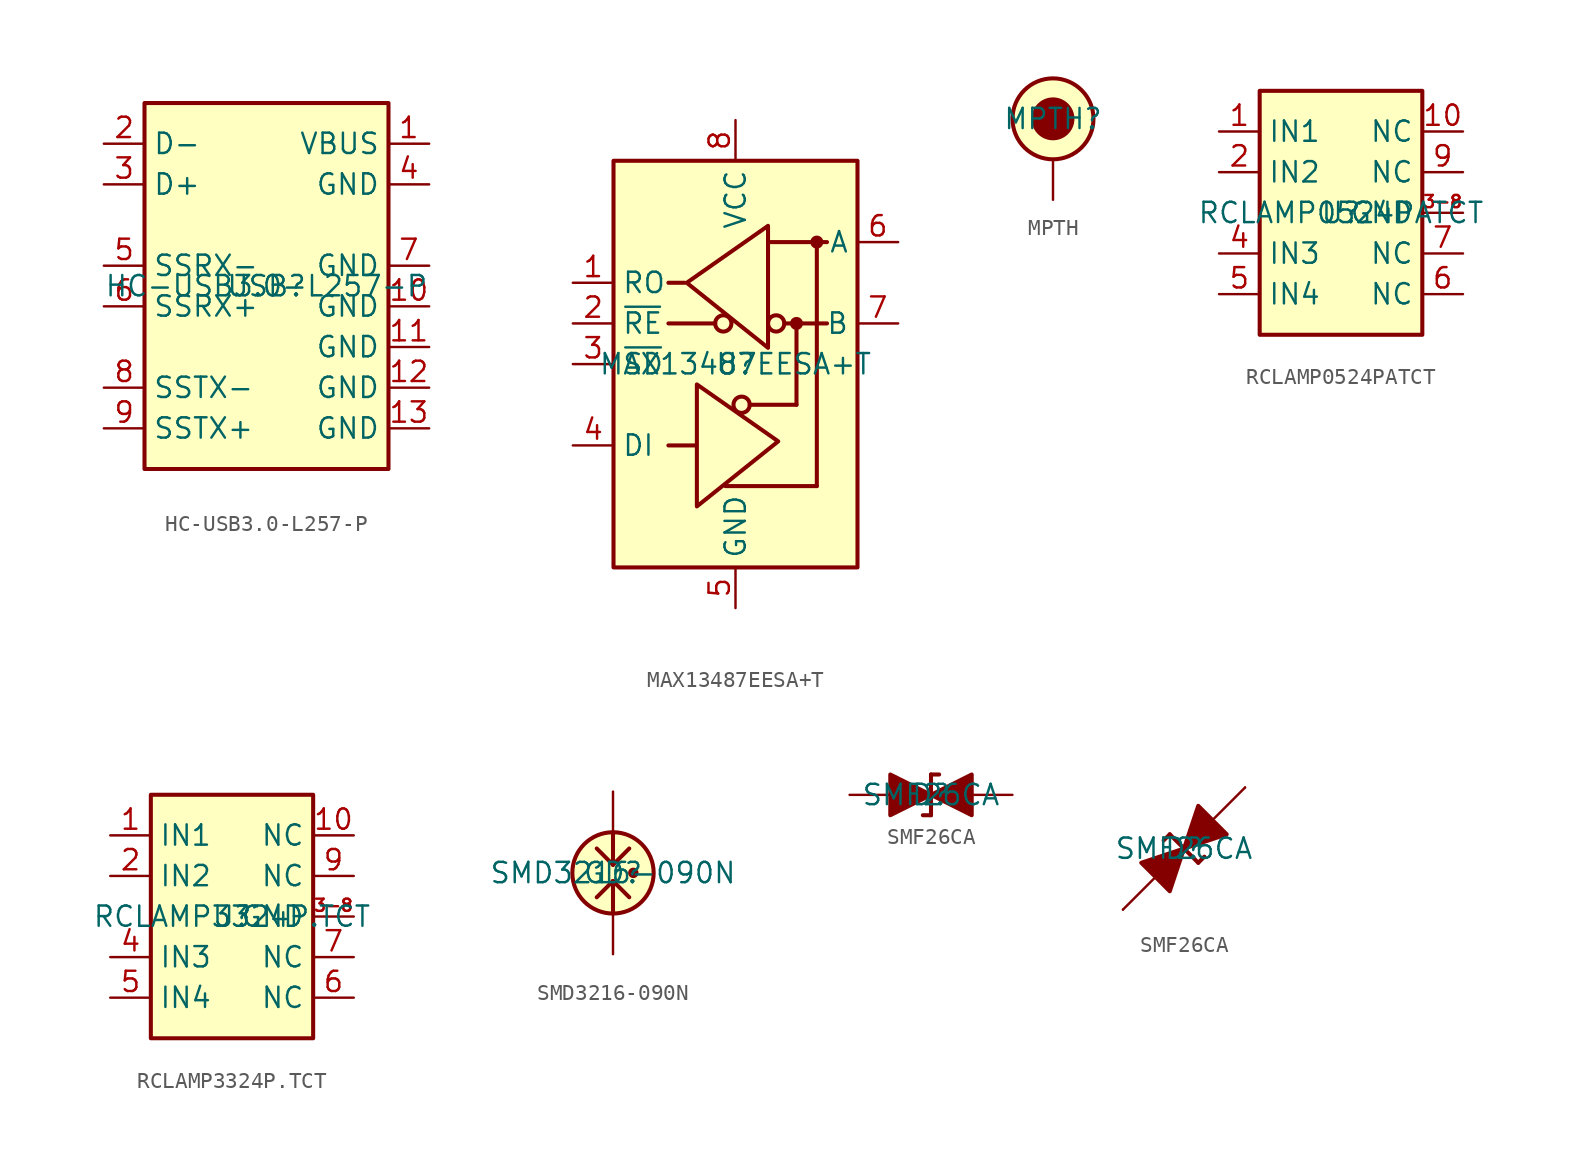
<source format=kicad_sym>
(kicad_symbol_lib
  (version 20241209)
  (generator "kicad_symbol_editor")
  (generator_version "9.0")
  (symbol "HC-USB3.0-L257-P"
    (property "Reference" "USB"
      (at 0 0 0)
      (effects (font (size 1.27 1.27))))
    (property "Value" "HC-USB3.0-L257-P"
      (at 0 0 0)
      (effects (font (size 1.27 1.27))))
    (symbol "HC-USB3.0-L257-P_0_1"
      (rectangle (start -7.62 11.43) (end 7.62 -11.43) (stroke (width 0.254) (type default)) (fill (type background))))
    (symbol "HC-USB3.0-L257-P_1_1"
      (pin bidirectional line (at -10.16 8.89 0) (length 2.54) (name "D-" (effects (font (size 1.27 1.27)))) (number "2" (effects (font (size 1.27 1.27)))))
      (pin bidirectional line (at -10.16 6.35 0) (length 2.54) (name "D+" (effects (font (size 1.27 1.27)))) (number "3" (effects (font (size 1.27 1.27)))))
      (pin bidirectional line (at -10.16 1.27 0) (length 2.54) (name "SSRX-" (effects (font (size 1.27 1.27)))) (number "5" (effects (font (size 1.27 1.27)))))
      (pin bidirectional line (at -10.16 -1.27 0) (length 2.54) (name "SSRX+" (effects (font (size 1.27 1.27)))) (number "6" (effects (font (size 1.27 1.27)))))
      (pin bidirectional line (at -10.16 -6.35 0) (length 2.54) (name "SSTX-" (effects (font (size 1.27 1.27)))) (number "8" (effects (font (size 1.27 1.27)))))
      (pin bidirectional line (at -10.16 -8.89 0) (length 2.54) (name "SSTX+" (effects (font (size 1.27 1.27)))) (number "9" (effects (font (size 1.27 1.27)))))
      (pin input line (at 10.16 8.89 180) (length 2.54) (name "VBUS" (effects (font (size 1.27 1.27)))) (number "1" (effects (font (size 1.27 1.27)))))
      (pin passive line (at 10.16 6.35 180) (length 2.54) (name "GND" (effects (font (size 1.27 1.27)))) (number "4" (effects (font (size 1.27 1.27)))))
      (pin passive line (at 10.16 1.27 180) (length 2.54) (name "GND" (effects (font (size 1.27 1.27)))) (number "7" (effects (font (size 1.27 1.27)))))
      (pin passive line (at 10.16 -1.27 180) (length 2.54) (name "GND" (effects (font (size 1.27 1.27)))) (number "10" (effects (font (size 1.27 1.27)))))
      (pin passive line (at 10.16 -3.81 180) (length 2.54) (name "GND" (effects (font (size 1.27 1.27)))) (number "11" (effects (font (size 1.27 1.27)))))
      (pin passive line (at 10.16 -6.35 180) (length 2.54) (name "GND" (effects (font (size 1.27 1.27)))) (number "12" (effects (font (size 1.27 1.27)))))
      (pin passive line (at 10.16 -8.89 180) (length 2.54) (name "GND" (effects (font (size 1.27 1.27)))) (number "13" (effects (font (size 1.27 1.27)))))))
  (symbol "MAX13487EESA+T"
    (property "Reference" "U"
      (at 0 0 0)
      (effects (font (size 1.27 1.27))))
    (property "Value" "MAX13487EESA+T"
      (at 0 0 0)
      (effects (font (size 1.27 1.27))))
    (symbol "MAX13487EESA+T_0_1"
      (rectangle (start -7.62 12.7) (end 7.62 -12.7) (stroke (width 0.254) (type default)) (fill (type background)))
      (polyline (pts (xy -4.191 2.54) (xy -1.27 2.54)) (stroke (width 0.254) (type default)) (fill (type none)))
      (polyline (pts (xy -3.175 5.08) (xy -4.191 5.08) (xy -4.064 5.08)) (stroke (width 0.254) (type default)) (fill (type none)))
      (polyline (pts (xy -2.54 -5.08) (xy -4.191 -5.08)) (stroke (width 0.254) (type default)) (fill (type none)))
      (polyline (pts (xy -2.413 -5.08) (xy -2.413 -1.27) (xy 2.667 -4.826) (xy -2.413 -8.89) (xy -2.413 -5.08)) (stroke (width 0.254) (type default)) (fill (type none)))
      (polyline (pts (xy -0.635 -7.62) (xy 5.08 -7.62)) (stroke (width 0.254) (type default)) (fill (type none)))
      (circle (center 0.381 -2.54) (radius 0.508) (stroke (width 0.254) (type default)) (fill (type none)))
      (polyline (pts (xy 0.889 -2.54) (xy 3.81 -2.54)) (stroke (width 0.254) (type default)) (fill (type none)))
      (polyline (pts (xy 2.032 7.62) (xy 5.715 7.62)) (stroke (width 0.254) (type default)) (fill (type none)))
      (polyline (pts (xy 3.048 2.54) (xy 5.715 2.54)) (stroke (width 0.254) (type default)) (fill (type none)))
      (circle (center 3.81 2.54) (radius 0.279) (stroke (width 0.254) (type default)) (fill (type outline)))
      (polyline (pts (xy 3.81 -2.54) (xy 3.81 2.54)) (stroke (width 0.254) (type default)) (fill (type none)))
      (polyline (pts (xy 5.08 -7.62) (xy 5.08 7.62)) (stroke (width 0.254) (type default)) (fill (type none))))
    (symbol "MAX13487EESA+T_1_1"
      (circle (center -0.762 2.54) (radius 0.508) (stroke (width 0.254) (type default)) (fill (type none)))
      (polyline (pts (xy 2.032 4.826) (xy 2.032 8.636) (xy -3.048 5.08) (xy 2.032 1.016) (xy 2.032 4.826)) (stroke (width 0.254) (type default)) (fill (type none)))
      (circle (center 2.54 2.54) (radius 0.508) (stroke (width 0.254) (type default)) (fill (type none)))
      (circle (center 5.08 7.62) (radius 0.279) (stroke (width 0.254) (type default)) (fill (type outline)))
      (pin output line (at -10.16 5.08 0) (length 2.54) (name "RO" (effects (font (size 1.27 1.27)))) (number "1" (effects (font (size 1.27 1.27)))))
      (pin input line (at -10.16 2.54 0) (length 2.54) (name "~{RE}" (effects (font (size 1.27 1.27)))) (number "2" (effects (font (size 1.27 1.27)))))
      (pin input line (at -10.16 0 0) (length 2.54) (name "~{SD}" (effects (font (size 1.27 1.27)))) (number "3" (effects (font (size 1.27 1.27)))))
      (pin input line (at -10.16 -5.08 0) (length 2.54) (name "DI" (effects (font (size 1.27 1.27)))) (number "4" (effects (font (size 1.27 1.27)))))
      (pin power_in line (at 0 15.24 270) (length 2.54) (name "VCC" (effects (font (size 1.27 1.27)))) (number "8" (effects (font (size 1.27 1.27)))))
      (pin passive line (at 0 -15.24 90) (length 2.54) (name "GND" (effects (font (size 1.27 1.27)))) (number "5" (effects (font (size 1.27 1.27)))))
      (pin bidirectional line (at 10.16 7.62 180) (length 2.54) (name "A" (effects (font (size 1.27 1.27)))) (number "6" (effects (font (size 1.27 1.27)))))
      (pin bidirectional line (at 10.16 2.54 180) (length 2.54) (name "B" (effects (font (size 1.27 1.27)))) (number "7" (effects (font (size 1.27 1.27)))))))
  (symbol "MPTH"
    (pin_numbers
      (hide yes))
    (pin_names
      (hide yes))
    (property "Reference" "MPTH"
      (at 0 0 0)
      (effects (font (size 1.27 1.27))))
    (symbol "MPTH_0_1"
      (circle (center 0 0) (radius 2.54) (stroke (width 0.254) (type default)) (fill (type background))))
    (symbol "MPTH_1_1"
      (circle (center 0 0) (radius 1.27) (stroke (width 0) (type default)) (fill (type outline)))
      (pin free line (at 0 -5.08 90) (length 2.54) (name "" (effects (font (size 1.27 1.27)))) (number "1" (effects (font (size 1.27 1.27)))))))
  (symbol "RCLAMP0524PATCT"
    (property "Reference" "U"
      (at 0 0 0)
      (effects (font (size 1.27 1.27))))
    (property "Value" "RCLAMP0524PATCT"
      (at 0 0 0)
      (effects (font (size 1.27 1.27))))
    (symbol "RCLAMP0524PATCT_0_1"
      (rectangle (start -5.08 7.62) (end 5.08 -7.62) (stroke (width 0.254) (type default)) (fill (type background))))
    (symbol "RCLAMP0524PATCT_1_1"
      (pin passive line (at -7.62 5.08 0) (length 2.54) (name "IN1" (effects (font (size 1.27 1.27)))) (number "1" (effects (font (size 1.27 1.27)))))
      (pin passive line (at -7.62 2.54 0) (length 2.54) (name "IN2" (effects (font (size 1.27 1.27)))) (number "2" (effects (font (size 1.27 1.27)))))
      (pin passive line (at -7.62 -2.54 0) (length 2.54) (name "IN3" (effects (font (size 1.27 1.27)))) (number "4" (effects (font (size 1.27 1.27)))))
      (pin passive line (at -7.62 -5.08 0) (length 2.54) (name "IN4" (effects (font (size 1.27 1.27)))) (number "5" (effects (font (size 1.27 1.27)))))
      (pin passive line (at 7.62 5.08 180) (length 2.54) (name "NC" (effects (font (size 1.27 1.27)))) (number "10" (effects (font (size 1.27 1.27)))))
      (pin passive line (at 7.62 2.54 180) (length 2.54) (name "NC" (effects (font (size 1.27 1.27)))) (number "9" (effects (font (size 1.27 1.27)))))
      (pin passive line (at 7.62 0 180) (length 2.54) (name "GND" (effects (font (size 1.27 1.27)))) (number "3-8" (effects (font (size 0.762 0.762)))))
      (pin passive line (at 7.62 -2.54 180) (length 2.54) (name "NC" (effects (font (size 1.27 1.27)))) (number "7" (effects (font (size 1.27 1.27)))))
      (pin passive line (at 7.62 -5.08 180) (length 2.54) (name "NC" (effects (font (size 1.27 1.27)))) (number "6" (effects (font (size 1.27 1.27)))))))
  (symbol "RCLAMP3324P.TCT"
    (property "Reference" "U"
      (at 0 0 0)
      (effects (font (size 1.27 1.27))))
    (property "Value" "RCLAMP3324P.TCT"
      (at 0 0 0)
      (effects (font (size 1.27 1.27))))
    (symbol "RCLAMP3324P.TCT_0_1"
      (rectangle (start -5.08 7.62) (end 5.08 -7.62) (stroke (width 0.254) (type default)) (fill (type background))))
    (symbol "RCLAMP3324P.TCT_1_1"
      (pin passive line (at -7.62 5.08 0) (length 2.54) (name "IN1" (effects (font (size 1.27 1.27)))) (number "1" (effects (font (size 1.27 1.27)))))
      (pin passive line (at -7.62 2.54 0) (length 2.54) (name "IN2" (effects (font (size 1.27 1.27)))) (number "2" (effects (font (size 1.27 1.27)))))
      (pin passive line (at -7.62 -2.54 0) (length 2.54) (name "IN3" (effects (font (size 1.27 1.27)))) (number "4" (effects (font (size 1.27 1.27)))))
      (pin passive line (at -7.62 -5.08 0) (length 2.54) (name "IN4" (effects (font (size 1.27 1.27)))) (number "5" (effects (font (size 1.27 1.27)))))
      (pin passive line (at 7.62 5.08 180) (length 2.54) (name "NC" (effects (font (size 1.27 1.27)))) (number "10" (effects (font (size 1.27 1.27)))))
      (pin passive line (at 7.62 2.54 180) (length 2.54) (name "NC" (effects (font (size 1.27 1.27)))) (number "9" (effects (font (size 1.27 1.27)))))
      (pin passive line (at 7.62 0 180) (length 2.54) (name "GND" (effects (font (size 1.27 1.27)))) (number "3-8" (effects (font (size 0.762 0.762)))))
      (pin passive line (at 7.62 -2.54 180) (length 2.54) (name "NC" (effects (font (size 1.27 1.27)))) (number "7" (effects (font (size 1.27 1.27)))))
      (pin passive line (at 7.62 -5.08 180) (length 2.54) (name "NC" (effects (font (size 1.27 1.27)))) (number "6" (effects (font (size 1.27 1.27)))))))
  (symbol "SMD3216-090N"
    (pin_numbers
      (hide yes))
    (property "Reference" "GD"
      (at 0 0 0)
      (effects (font (size 1.27 1.27))))
    (property "Value" "SMD3216-090N"
      (at 0 0 0)
      (effects (font (size 1.27 1.27))))
    (symbol "SMD3216-090N_0_1"
      (polyline (pts (xy 0 0.508) (xy -1.016 1.524)) (stroke (width 0.254) (type default)) (fill (type none)))
      (polyline (pts (xy 0 0.508) (xy 0 2.54)) (stroke (width 0.254) (type default)) (fill (type none)))
      (polyline (pts (xy 0 0.508) (xy 1.016 1.524)) (stroke (width 0.254) (type default)) (fill (type none)))
      (circle (center 0 0) (radius 2.54) (stroke (width 0.254) (type default)) (fill (type background)))
      (polyline (pts (xy 0 -0.508) (xy -1.016 -1.524)) (stroke (width 0.254) (type default)) (fill (type none)))
      (polyline (pts (xy 0 -0.508) (xy 0 -2.54)) (stroke (width 0.254) (type default)) (fill (type none)))
      (polyline (pts (xy 0 -0.508) (xy 1.016 -1.524)) (stroke (width 0.254) (type default)) (fill (type none)))
      (circle (center 1.27 0) (radius 0.25) (stroke (width 0) (type default)) (fill (type outline))))
    (symbol "SMD3216-090N_1_1"
      (pin passive line (at 0 5.08 270) (length 2.54) (name "~" (effects (font (size 1.27 1.27)))) (number "1" (effects (font (size 1.27 1.27)))))
      (pin passive line (at 0 -5.08 90) (length 2.54) (name "~" (effects (font (size 1.27 1.27)))) (number "2" (effects (font (size 1.27 1.27)))))))
  (symbol "SMF26CA"
    (pin_numbers
      (hide yes))
    (pin_names
      (offset 1.016)
      (hide yes))
    (property "Reference" "D"
      (at 0 0 0)
      (effects (font (size 1.27 1.27))))
    (property "Value" "SMF26CA"
      (at 0 0 0)
      (effects (font (size 1.27 1.27))))
    (symbol "SMF26CA_0_1"
      (polyline (pts (xy 0 1.27) (xy 0 -1.27)) (stroke (width 0.254) (type default)) (fill (type none)))
      (polyline (pts (xy 0 1.27) (xy 0.508 1.27)) (stroke (width 0.254) (type default)) (fill (type none)))
      (polyline (pts (xy 0 0) (xy -2.54 1.27) (xy -2.54 -1.27) (xy 0 0)) (stroke (width 0.254) (type default)) (fill (type outline)))
      (polyline (pts (xy 0 -1.27) (xy -0.508 -1.27)) (stroke (width 0.254) (type default)) (fill (type none)))
      (polyline (pts (xy 1.27 0) (xy -1.27 0)) (stroke (width 0) (type default)) (fill (type none)))
      (polyline (pts (xy 2.54 1.27) (xy 2.54 -1.27) (xy 0 0) (xy 2.54 1.27)) (stroke (width 0.254) (type default)) (fill (type outline))))
    (symbol "SMF26CA_0_2"
      (polyline (pts (xy -3.81 -3.81) (xy 3.81 3.81)) (stroke (width 0) (type default)) (fill (type none)))
      (polyline (pts (xy -1.778 -1.778) (xy -2.667 -0.889) (xy 0 0) (xy -0.889 -2.667) (xy -1.778 -1.778)) (stroke (width 0.254) (type default)) (fill (type outline)))
      (polyline (pts (xy -0.889 0.889) (xy -1.27 0.508)) (stroke (width 0.254) (type default)) (fill (type none)))
      (polyline (pts (xy -0.889 0.889) (xy 0.889 -0.889)) (stroke (width 0.254) (type default)) (fill (type none)))
      (polyline (pts (xy 0.889 -0.889) (xy 1.27 -0.508)) (stroke (width 0.254) (type default)) (fill (type none)))
      (polyline (pts (xy 1.778 1.778) (xy 2.667 0.889) (xy 0 0) (xy 0.889 2.667) (xy 1.778 1.778)) (stroke (width 0.254) (type default)) (fill (type outline))))
    (symbol "SMF26CA_1_1"
      (pin passive line (at -5.08 0 0) (length 2.54) (name "K" (effects (font (size 1.27 1.27)))) (number "1" (effects (font (size 1.27 1.27)))))
      (pin passive line (at 5.08 0 180) (length 2.54) (name "A" (effects (font (size 1.27 1.27)))) (number "2" (effects (font (size 1.27 1.27))))))
    (symbol "SMF26CA_1_2"
      (pin passive line (at -3.81 -3.81 0) (length 0) (name "A" (effects (font (size 1.27 1.27)))) (number "2" (effects (font (size 1.27 1.27)))))
      (pin passive line (at 3.81 3.81 180) (length 0) (name "K" (effects (font (size 1.27 1.27)))) (number "1" (effects (font (size 1.27 1.27))))))))
</source>
